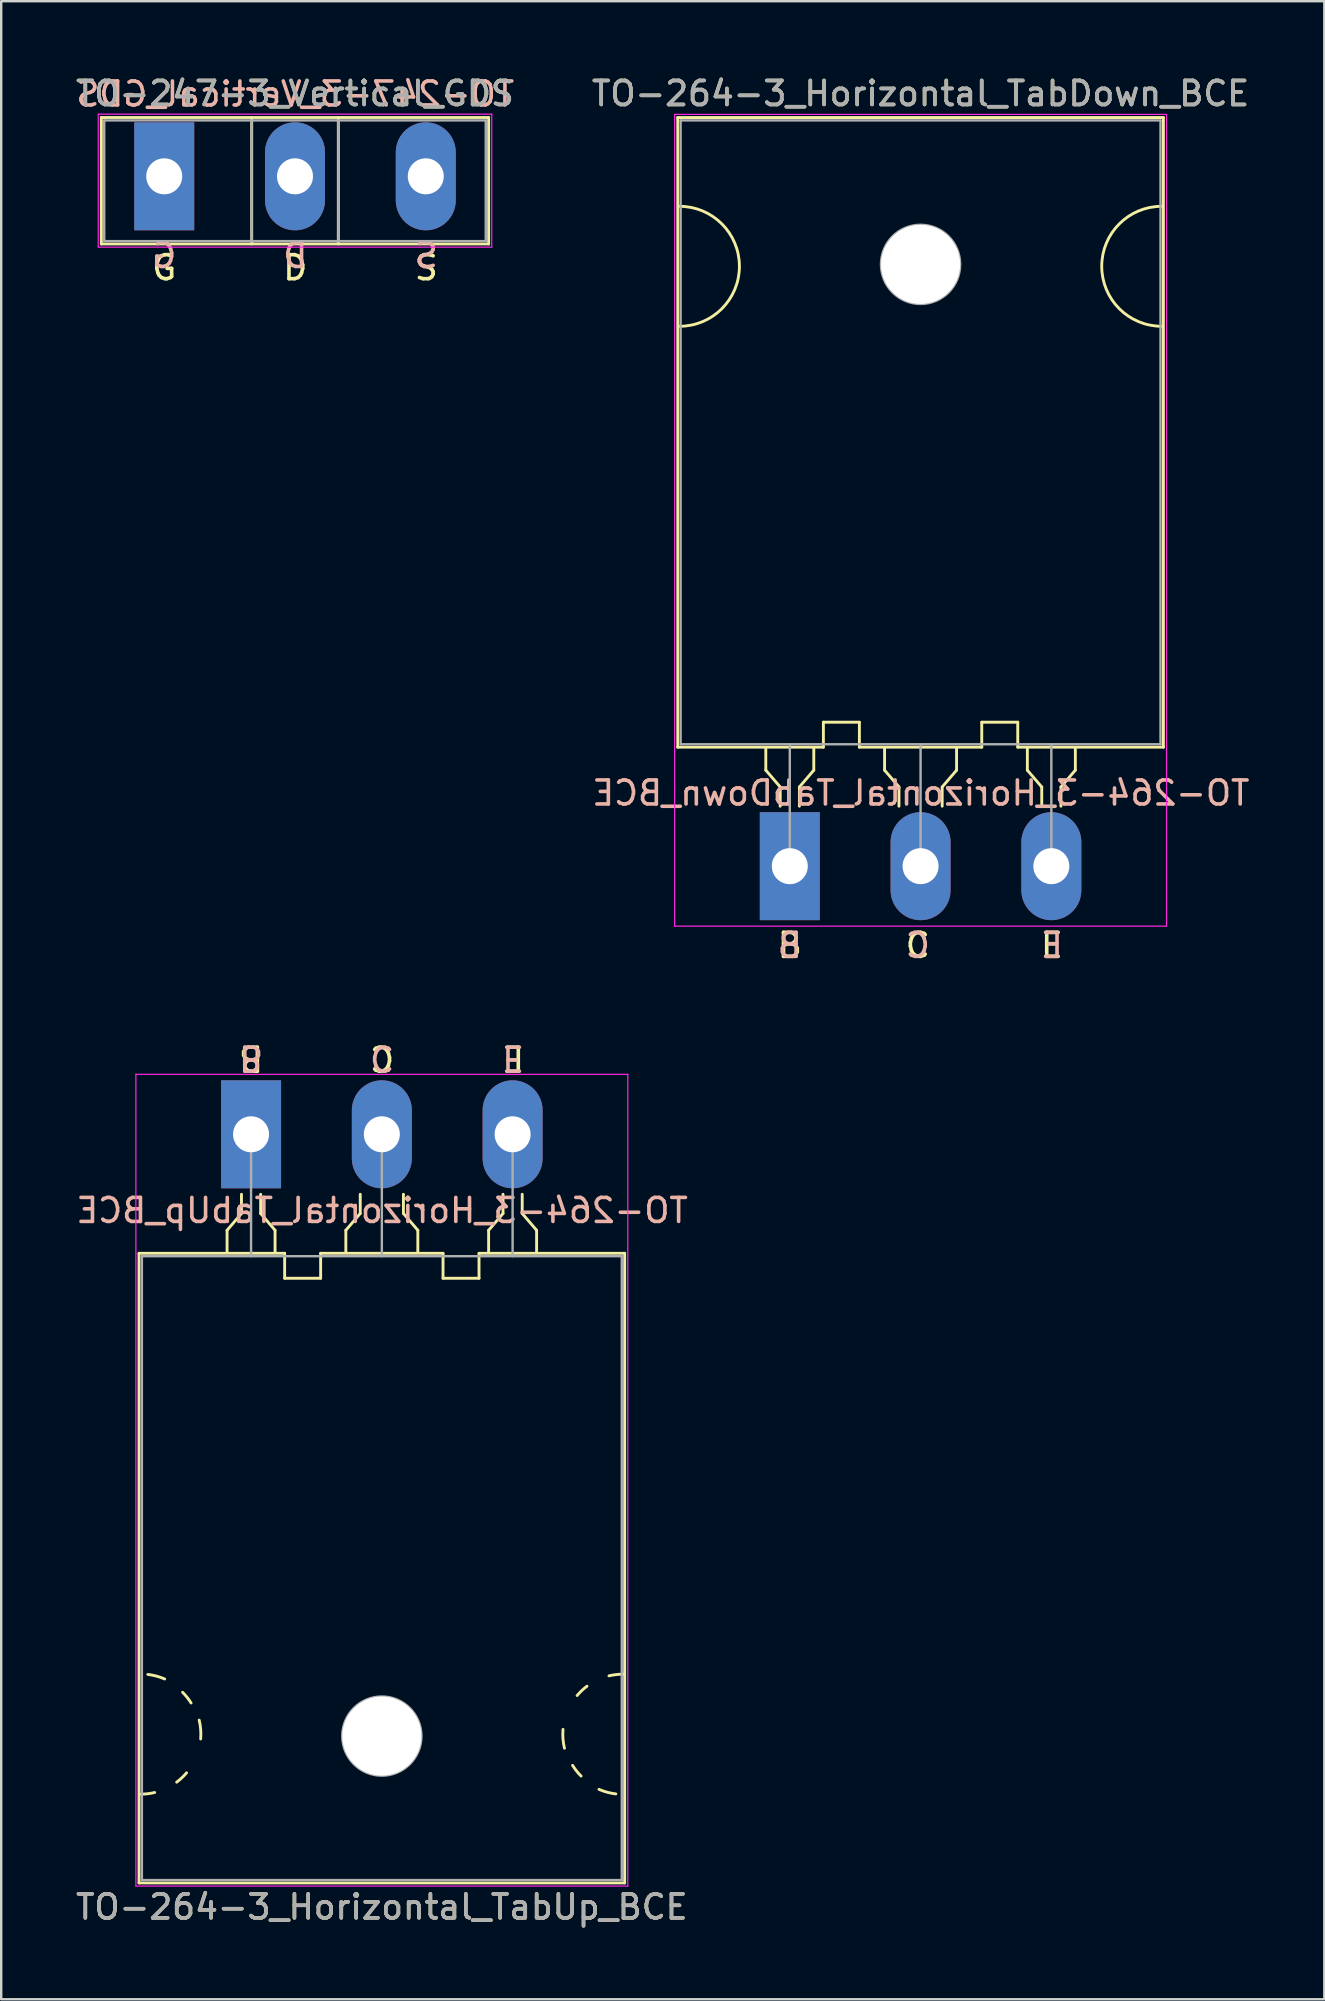
<source format=kicad_pcb>
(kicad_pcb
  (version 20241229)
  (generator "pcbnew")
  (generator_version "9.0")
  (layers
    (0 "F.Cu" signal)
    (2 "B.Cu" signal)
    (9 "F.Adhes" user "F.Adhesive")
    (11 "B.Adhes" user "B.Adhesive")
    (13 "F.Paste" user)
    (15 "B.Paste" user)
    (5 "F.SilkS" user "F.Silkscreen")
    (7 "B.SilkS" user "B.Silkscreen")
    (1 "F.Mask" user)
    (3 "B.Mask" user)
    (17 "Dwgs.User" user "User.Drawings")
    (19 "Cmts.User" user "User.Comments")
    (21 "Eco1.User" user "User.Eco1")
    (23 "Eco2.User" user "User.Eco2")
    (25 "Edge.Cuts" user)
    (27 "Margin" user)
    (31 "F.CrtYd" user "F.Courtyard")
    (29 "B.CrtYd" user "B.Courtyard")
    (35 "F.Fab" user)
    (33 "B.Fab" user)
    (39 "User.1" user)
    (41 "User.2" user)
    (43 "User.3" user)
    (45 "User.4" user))
  (footprint "TO-264-3_Horizontal_TabUp_BCE"
    (layer "F.Cu")
    (at 7.413 44.222)
    (property "Reference" "TO-264-3_Horizontal_TabUp_BCE" (at 5.45 32.2 0) (layer "F.SilkS") (effects (font (size 1 1) (thickness 0.15))))
    (fp_line (start -4.67 31.2) (end -4.67 4.96) (stroke (width 0.12) (type solid)) (layer "F.SilkS"))
    (fp_line (start -1 4) (end -1 4.9) (stroke (width 0.12) (type solid)) (layer "F.SilkS"))
    (fp_line (start -0.4 2.5) (end -0.4 3.3) (stroke (width 0.12) (type solid)) (layer "F.SilkS"))
    (fp_line (start -0.4 3.3) (end -1 4) (stroke (width 0.12) (type solid)) (layer "F.SilkS"))
    (fp_line (start 0.4 3.3) (end 0.4 2.5) (stroke (width 0.12) (type solid)) (layer "F.SilkS"))
    (fp_line (start 1 4) (end 0.4 3.3) (stroke (width 0.12) (type solid)) (layer "F.SilkS"))
    (fp_line (start 1 4.9) (end 1 4) (stroke (width 0.12) (type solid)) (layer "F.SilkS"))
    (fp_line (start 1.4 4.96) (end -4.67 4.96) (stroke (width 0.12) (type solid)) (layer "F.SilkS"))
    (fp_line (start 1.4 4.96) (end 1.4 6) (stroke (width 0.12) (type solid)) (layer "F.SilkS"))
    (fp_line (start 1.4 6) (end 2.9 6) (stroke (width 0.12) (type solid)) (layer "F.SilkS"))
    (fp_line (start 2.9 6) (end 2.9 4.96) (stroke (width 0.12) (type solid)) (layer "F.SilkS"))
    (fp_line (start 3.95 4) (end 3.95 4.9) (stroke (width 0.12) (type solid)) (layer "F.SilkS"))
    (fp_line (start 4.55 2.5) (end 4.55 3.3) (stroke (width 0.12) (type solid)) (layer "F.SilkS"))
    (fp_line (start 4.55 3.3) (end 3.95 4) (stroke (width 0.12) (type solid)) (layer "F.SilkS"))
    (fp_line (start 6.35 3.3) (end 6.35 2.5) (stroke (width 0.12) (type solid)) (layer "F.SilkS"))
    (fp_line (start 6.95 4) (end 6.35 3.3) (stroke (width 0.12) (type solid)) (layer "F.SilkS"))
    (fp_line (start 6.95 4.9) (end 6.95 4) (stroke (width 0.12) (type solid)) (layer "F.SilkS"))
    (fp_line (start 8 4.96) (end 2.9 4.96) (stroke (width 0.12) (type solid)) (layer "F.SilkS"))
    (fp_line (start 8 6) (end 8 4.96) (stroke (width 0.12) (type solid)) (layer "F.SilkS"))
    (fp_line (start 9.5 4.96) (end 9.5 6) (stroke (width 0.12) (type solid)) (layer "F.SilkS"))
    (fp_line (start 9.5 6) (end 8 6) (stroke (width 0.12) (type solid)) (layer "F.SilkS"))
    (fp_line (start 9.9 4) (end 9.9 4.9) (stroke (width 0.12) (type solid)) (layer "F.SilkS"))
    (fp_line (start 10.5 2.5) (end 10.5 3.3) (stroke (width 0.12) (type solid)) (layer "F.SilkS"))
    (fp_line (start 10.5 3.3) (end 9.9 4) (stroke (width 0.12) (type solid)) (layer "F.SilkS"))
    (fp_line (start 11.3 3.3) (end 11.3 2.5) (stroke (width 0.12) (type solid)) (layer "F.SilkS"))
    (fp_line (start 11.9 4) (end 11.3 3.3) (stroke (width 0.12) (type solid)) (layer "F.SilkS"))
    (fp_line (start 11.9 4.9) (end 11.9 4) (stroke (width 0.12) (type solid)) (layer "F.SilkS"))
    (fp_line (start 15.57 4.96) (end 9.5 4.96) (stroke (width 0.12) (type solid)) (layer "F.SilkS"))
    (fp_line (start 15.57 31.2) (end -4.67 31.2) (stroke (width 0.12) (type solid)) (layer "F.SilkS"))
    (fp_line (start 15.57 31.2) (end 15.57 4.96) (stroke (width 0.12) (type solid)) (layer "F.SilkS"))
    (fp_arc (start -4.301186 22.509879) (mid -3.943673 22.579416) (end -3.600001 22.700001) (stroke (width 0.12) (type solid)) (layer "F.SilkS"))
    (fp_arc (start -4.016568 27.430968) (mid -4.306249 27.482682) (end -4.6 27.5) (stroke (width 0.12) (type solid)) (layer "F.SilkS"))
    (fp_arc (start -2.853576 23.253576) (mid -2.663879 23.466564) (end -2.500001 23.700001) (stroke (width 0.12) (type solid)) (layer "F.SilkS"))
    (fp_arc (start -2.687722 26.610338) (mid -2.882773 26.8169) (end -3.1 26.999999) (stroke (width 0.12) (type solid)) (layer "F.SilkS"))
    (fp_arc (start -2.161266 24.414703) (mid -2.099611 24.804931) (end -2.100001 25.199999) (stroke (width 0.12) (type solid)) (layer "F.SilkS"))
    (fp_arc (start 13.061266 25.585297) (mid 12.999611 25.195069) (end 13.000001 24.800001) (stroke (width 0.12) (type solid)) (layer "F.SilkS"))
    (fp_arc (start 13.587722 23.389662) (mid 13.782773 23.1831) (end 14 23.000001) (stroke (width 0.12) (type solid)) (layer "F.SilkS"))
    (fp_arc (start 13.753576 26.746424) (mid 13.563879 26.533436) (end 13.400001 26.299999) (stroke (width 0.12) (type solid)) (layer "F.SilkS"))
    (fp_arc (start 14.916568 22.569032) (mid 15.206249 22.517318) (end 15.5 22.5) (stroke (width 0.12) (type solid)) (layer "F.SilkS"))
    (fp_arc (start 15.201186 27.490121) (mid 14.843673 27.420584) (end 14.500001 27.299999) (stroke (width 0.12) (type solid)) (layer "F.SilkS"))
    (fp_line (start -4.8 -2.5) (end -4.8 31.33) (stroke (width 0.05) (type solid)) (layer "F.CrtYd"))
    (fp_line (start -4.8 31.33) (end 15.7 31.33) (stroke (width 0.05) (type solid)) (layer "F.CrtYd"))
    (fp_line (start 15.7 -2.5) (end -4.8 -2.5) (stroke (width 0.05) (type solid)) (layer "F.CrtYd"))
    (fp_line (start 15.7 31.33) (end 15.7 -2.5) (stroke (width 0.05) (type solid)) (layer "F.CrtYd"))
    (fp_line (start -4.55 5.08) (end -4.55 31.08) (stroke (width 0.1) (type solid)) (layer "F.Fab"))
    (fp_line (start -4.55 31.08) (end 15.45 31.08) (stroke (width 0.1) (type solid)) (layer "F.Fab"))
    (fp_line (start 0 5.08) (end 0 0) (stroke (width 0.1) (type solid)) (layer "F.Fab"))
    (fp_line (start 5.45 5.08) (end 5.45 0) (stroke (width 0.1) (type solid)) (layer "F.Fab"))
    (fp_line (start 10.9 5.08) (end 10.9 0) (stroke (width 0.1) (type solid)) (layer "F.Fab"))
    (fp_line (start 15.45 5.08) (end -4.55 5.08) (stroke (width 0.1) (type solid)) (layer "F.Fab"))
    (fp_line (start 15.45 31.08) (end 15.45 5.08) (stroke (width 0.1) (type solid)) (layer "F.Fab"))
    (fp_circle (center 5.45 25.08) (end 7.1 25.08) (stroke (width 0.1) (type solid)) (fill no) (layer "F.Fab"))
    (fp_text user "B" (at 0 -3.175 180) (unlocked yes) (layer "F.SilkS") (effects (font (size 1 1) (thickness 0.15))))
    (fp_text user "C" (at 5.461 -3.175 180) (unlocked yes) (layer "F.SilkS") (effects (font (size 1 1) (thickness 0.15))))
    (fp_text user "E" (at 10.922 -3.175 180) (unlocked yes) (layer "F.SilkS") (effects (font (size 1 1) (thickness 0.15))))
    (fp_text user "E" (at 10.922 -3.175 180) (unlocked yes) (layer "B.SilkS") (effects (font (size 1 1) (thickness 0.15)) (justify mirror)))
    (fp_text user "${REFERENCE}" (at 5.461 3.175 0) (layer "B.SilkS") (effects (font (size 1 1) (thickness 0.15)) (justify mirror)))
    (fp_text user "B" (at 0 -3.175 180) (unlocked yes) (layer "B.SilkS") (effects (font (size 1 1) (thickness 0.15)) (justify mirror)))
    (fp_text user "C" (at 5.461 -3.175 180) (unlocked yes) (layer "B.SilkS") (effects (font (size 1 1) (thickness 0.15)) (justify mirror)))
    (fp_text user "${REFERENCE}" (at 5.45 32.2 0) (layer "F.Fab") (effects (font (size 1 1) (thickness 0.15))))
    (pad "" np_thru_hole oval (at 5.45 25.08) (size 3.3 3.3) (drill 3.3) (layers "*.Cu" "*.Mask"))
    (pad "1" thru_hole rect (at 0 0) (size 2.5 4.5) (drill 1.5) (layers "*.Cu" "*.Mask"))
    (pad "2" thru_hole oval (at 5.45 0) (size 2.5 4.5) (drill 1.5) (layers "*.Cu" "*.Mask"))
    (pad "3" thru_hole oval (at 10.9 0) (size 2.5 4.5) (drill 1.5) (layers "*.Cu" "*.Mask")))
  (footprint "TO-247-3_Vertical_GDS"
    (layer "F.Cu")
    (at 3.794 4.298)
    (property "Reference" "TO-247-3_Vertical_GDS" (at 5.45 -3.45 0) (layer "F.SilkS") (effects (font (size 1 1) (thickness 0.15))))
    (fp_line (start -2.62 -2.451) (end -2.62 2.82) (stroke (width 0.12) (type solid)) (layer "F.SilkS"))
    (fp_line (start -2.62 -2.451) (end 13.52 -2.451) (stroke (width 0.12) (type solid)) (layer "F.SilkS"))
    (fp_line (start -2.62 2.82) (end 13.52 2.82) (stroke (width 0.12) (type solid)) (layer "F.SilkS"))
    (fp_line (start 3.646 -2.451) (end 3.646 2.82) (stroke (width 0.12) (type solid)) (layer "F.SilkS"))
    (fp_line (start 7.255 -2.451) (end 7.255 2.82) (stroke (width 0.12) (type solid)) (layer "F.SilkS"))
    (fp_line (start 13.52 -2.451) (end 13.52 2.82) (stroke (width 0.12) (type solid)) (layer "F.SilkS"))
    (fp_line (start -2.75 -2.59) (end -2.75 2.95) (stroke (width 0.05) (type solid)) (layer "F.CrtYd"))
    (fp_line (start -2.75 2.95) (end 13.65 2.95) (stroke (width 0.05) (type solid)) (layer "F.CrtYd"))
    (fp_line (start 13.65 -2.59) (end -2.75 -2.59) (stroke (width 0.05) (type solid)) (layer "F.CrtYd"))
    (fp_line (start 13.65 2.95) (end 13.65 -2.59) (stroke (width 0.05) (type solid)) (layer "F.CrtYd"))
    (fp_line (start -2.5 -2.33) (end -2.5 2.7) (stroke (width 0.1) (type solid)) (layer "F.Fab"))
    (fp_line (start -2.5 2.7) (end 13.4 2.7) (stroke (width 0.1) (type solid)) (layer "F.Fab"))
    (fp_line (start 3.645 -2.33) (end 3.645 2.7) (stroke (width 0.1) (type solid)) (layer "F.Fab"))
    (fp_line (start 7.255 -2.33) (end 7.255 2.7) (stroke (width 0.1) (type solid)) (layer "F.Fab"))
    (fp_line (start 13.4 -2.33) (end -2.5 -2.33) (stroke (width 0.1) (type solid)) (layer "F.Fab"))
    (fp_line (start 13.4 2.7) (end 13.4 -2.33) (stroke (width 0.1) (type solid)) (layer "F.Fab"))
    (fp_text user "S" (at 10.922 3.81 0) (unlocked yes) (layer "F.SilkS") (effects (font (size 1 1) (thickness 0.15))))
    (fp_text user "G" (at 0 3.81 0) (unlocked yes) (layer "F.SilkS") (effects (font (size 1 1) (thickness 0.15))))
    (fp_text user "D" (at 5.461 3.81 0) (unlocked yes) (layer "F.SilkS") (effects (font (size 1 1) (thickness 0.15))))
    (fp_text user "D" (at 5.461 3.302 0) (unlocked yes) (layer "B.SilkS") (effects (font (size 1 1) (thickness 0.15)) (justify mirror)))
    (fp_text user "G" (at 0 3.302 0) (unlocked yes) (layer "B.SilkS") (effects (font (size 1 1) (thickness 0.15)) (justify mirror)))
    (fp_text user "S" (at 10.922 3.302 0) (unlocked yes) (layer "B.SilkS") (effects (font (size 1 1) (thickness 0.15)) (justify mirror)))
    (fp_text user "${REFERENCE}" (at 5.461 -3.429 0) (layer "B.SilkS") (effects (font (size 1 1) (thickness 0.15)) (justify mirror)))
    (fp_text user "${REFERENCE}" (at 5.45 -3.45 0) (layer "F.Fab") (effects (font (size 1 1) (thickness 0.15))))
    (pad "1" thru_hole rect (at 0 0) (size 2.5 4.5) (drill 1.5) (layers "*.Cu" "*.Mask"))
    (pad "2" thru_hole oval (at 5.45 0) (size 2.5 4.5) (drill 1.5) (layers "*.Cu" "*.Mask"))
    (pad "3" thru_hole oval (at 10.9 0) (size 2.5 4.5) (drill 1.5) (layers "*.Cu" "*.Mask")))
  (footprint "TO-264-3_Horizontal_TabDown_BCE"
    (layer "F.Cu")
    (at 29.865 33.048)
    (property "Reference" "TO-264-3_Horizontal_TabDown_BCE" (at 5.45 -32.2 0) (layer "F.SilkS") (effects (font (size 1 1) (thickness 0.15))))
    (fp_line (start -4.67 -31.2) (end -4.67 -4.96) (stroke (width 0.12) (type solid)) (layer "F.SilkS"))
    (fp_line (start -4.67 -31.2) (end 15.57 -31.2) (stroke (width 0.12) (type solid)) (layer "F.SilkS"))
    (fp_line (start -4.67 -4.96) (end 1.4 -4.96) (stroke (width 0.12) (type solid)) (layer "F.SilkS"))
    (fp_line (start -1 -4.9) (end -1 -4) (stroke (width 0.12) (type solid)) (layer "F.SilkS"))
    (fp_line (start -1 -4) (end -0.4 -3.3) (stroke (width 0.12) (type solid)) (layer "F.SilkS"))
    (fp_line (start -0.4 -3.3) (end -0.4 -2.5) (stroke (width 0.12) (type solid)) (layer "F.SilkS"))
    (fp_line (start 0.4 -3.3) (end 1 -4) (stroke (width 0.12) (type solid)) (layer "F.SilkS"))
    (fp_line (start 0.4 -2.5) (end 0.4 -3.3) (stroke (width 0.12) (type solid)) (layer "F.SilkS"))
    (fp_line (start 1 -4) (end 1 -4.9) (stroke (width 0.12) (type solid)) (layer "F.SilkS"))
    (fp_line (start 1.4 -6) (end 2.9 -6) (stroke (width 0.12) (type solid)) (layer "F.SilkS"))
    (fp_line (start 1.4 -4.96) (end 1.4 -6) (stroke (width 0.12) (type solid)) (layer "F.SilkS"))
    (fp_line (start 2.9 -6) (end 2.9 -4.96) (stroke (width 0.12) (type solid)) (layer "F.SilkS"))
    (fp_line (start 2.9 -4.96) (end 8 -4.96) (stroke (width 0.12) (type solid)) (layer "F.SilkS"))
    (fp_line (start 3.95 -4.9) (end 3.95 -4) (stroke (width 0.12) (type solid)) (layer "F.SilkS"))
    (fp_line (start 3.95 -4) (end 4.55 -3.3) (stroke (width 0.12) (type solid)) (layer "F.SilkS"))
    (fp_line (start 4.55 -3.3) (end 4.55 -2.5) (stroke (width 0.12) (type solid)) (layer "F.SilkS"))
    (fp_line (start 6.35 -3.3) (end 6.95 -4) (stroke (width 0.12) (type solid)) (layer "F.SilkS"))
    (fp_line (start 6.35 -2.5) (end 6.35 -3.3) (stroke (width 0.12) (type solid)) (layer "F.SilkS"))
    (fp_line (start 6.95 -4) (end 6.95 -4.9) (stroke (width 0.12) (type solid)) (layer "F.SilkS"))
    (fp_line (start 8 -6) (end 8 -4.96) (stroke (width 0.12) (type solid)) (layer "F.SilkS"))
    (fp_line (start 9.5 -6) (end 8 -6) (stroke (width 0.12) (type solid)) (layer "F.SilkS"))
    (fp_line (start 9.5 -4.96) (end 9.5 -6) (stroke (width 0.12) (type solid)) (layer "F.SilkS"))
    (fp_line (start 9.5 -4.96) (end 15.57 -4.96) (stroke (width 0.12) (type solid)) (layer "F.SilkS"))
    (fp_line (start 9.9 -4.9) (end 9.9 -4) (stroke (width 0.12) (type solid)) (layer "F.SilkS"))
    (fp_line (start 9.9 -4) (end 10.5 -3.3) (stroke (width 0.12) (type solid)) (layer "F.SilkS"))
    (fp_line (start 10.5 -3.3) (end 10.5 -2.5) (stroke (width 0.12) (type solid)) (layer "F.SilkS"))
    (fp_line (start 11.3 -3.3) (end 11.9 -4) (stroke (width 0.12) (type solid)) (layer "F.SilkS"))
    (fp_line (start 11.3 -2.5) (end 11.3 -3.3) (stroke (width 0.12) (type solid)) (layer "F.SilkS"))
    (fp_line (start 11.9 -4) (end 11.9 -4.9) (stroke (width 0.12) (type solid)) (layer "F.SilkS"))
    (fp_line (start 15.57 -31.2) (end 15.57 -4.96) (stroke (width 0.12) (type solid)) (layer "F.SilkS"))
    (fp_arc (start -4.6 -27.5) (mid -2.1 -25) (end -4.6 -22.5) (stroke (width 0.12) (type solid)) (layer "F.SilkS"))
    (fp_arc (start 15.5 -22.5) (mid 13 -25) (end 15.5 -27.5) (stroke (width 0.12) (type solid)) (layer "F.SilkS"))
    (fp_line (start -4.8 -31.33) (end -4.8 2.5) (stroke (width 0.05) (type solid)) (layer "F.CrtYd"))
    (fp_line (start -4.8 2.5) (end 15.7 2.5) (stroke (width 0.05) (type solid)) (layer "F.CrtYd"))
    (fp_line (start 15.7 -31.33) (end -4.8 -31.33) (stroke (width 0.05) (type solid)) (layer "F.CrtYd"))
    (fp_line (start 15.7 2.5) (end 15.7 -31.33) (stroke (width 0.05) (type solid)) (layer "F.CrtYd"))
    (fp_line (start -4.55 -31.08) (end 15.45 -31.08) (stroke (width 0.1) (type solid)) (layer "F.Fab"))
    (fp_line (start -4.55 -5.08) (end -4.55 -31.08) (stroke (width 0.1) (type solid)) (layer "F.Fab"))
    (fp_line (start 0 -5.08) (end 0 0) (stroke (width 0.1) (type solid)) (layer "F.Fab"))
    (fp_line (start 5.45 -5.08) (end 5.45 0) (stroke (width 0.1) (type solid)) (layer "F.Fab"))
    (fp_line (start 10.9 -5.08) (end 10.9 0) (stroke (width 0.1) (type solid)) (layer "F.Fab"))
    (fp_line (start 15.45 -31.08) (end 15.45 -5.08) (stroke (width 0.1) (type solid)) (layer "F.Fab"))
    (fp_line (start 15.45 -5.08) (end -4.55 -5.08) (stroke (width 0.1) (type solid)) (layer "F.Fab"))
    (fp_circle (center 5.45 -25.08) (end 7.1 -25.08) (stroke (width 0.1) (type solid)) (fill no) (layer "F.Fab"))
    (fp_text user "B" (at 0 3.302 0) (unlocked yes) (layer "F.SilkS") (effects (font (size 1 1) (thickness 0.15))))
    (fp_text user "E" (at 10.922 3.302 0) (unlocked yes) (layer "F.SilkS") (effects (font (size 1 1) (thickness 0.15))))
    (fp_text user "C" (at 5.334 3.302 0) (unlocked yes) (layer "F.SilkS") (effects (font (size 1 1) (thickness 0.15))))
    (fp_text user "B" (at 0 3.302 0) (unlocked yes) (layer "B.SilkS") (effects (font (size 1 1) (thickness 0.15)) (justify mirror)))
    (fp_text user "E" (at 10.922 3.302 0) (unlocked yes) (layer "B.SilkS") (effects (font (size 1 1) (thickness 0.15)) (justify mirror)))
    (fp_text user "C" (at 5.334 3.302 0) (unlocked yes) (layer "B.SilkS") (effects (font (size 1 1) (thickness 0.15)) (justify mirror)))
    (fp_text user "${REFERENCE}" (at 5.461 -3.048 0) (layer "B.SilkS") (effects (font (size 1 1) (thickness 0.15)) (justify mirror)))
    (fp_text user "${REFERENCE}" (at 5.45 -32.2 0) (layer "F.Fab") (effects (font (size 1 1) (thickness 0.15))))
    (pad "" np_thru_hole oval (at 5.45 -25.08) (size 3.3 3.3) (drill 3.3) (layers "*.Cu" "*.Mask"))
    (pad "1" thru_hole rect (at 0 0) (size 2.5 4.5) (drill 1.5) (layers "*.Cu" "*.Mask"))
    (pad "2" thru_hole oval (at 5.45 0) (size 2.5 4.5) (drill 1.5) (layers "*.Cu" "*.Mask"))
    (pad "3" thru_hole oval (at 10.9 0) (size 2.5 4.5) (drill 1.5) (layers "*.Cu" "*.Mask")))
  (gr_rect
    (start -3 -3)
    (end 52.141 80.27)
    (stroke (width 0.1) (type default))
    (fill no)
    (layer "Edge.Cuts")))
</source>
